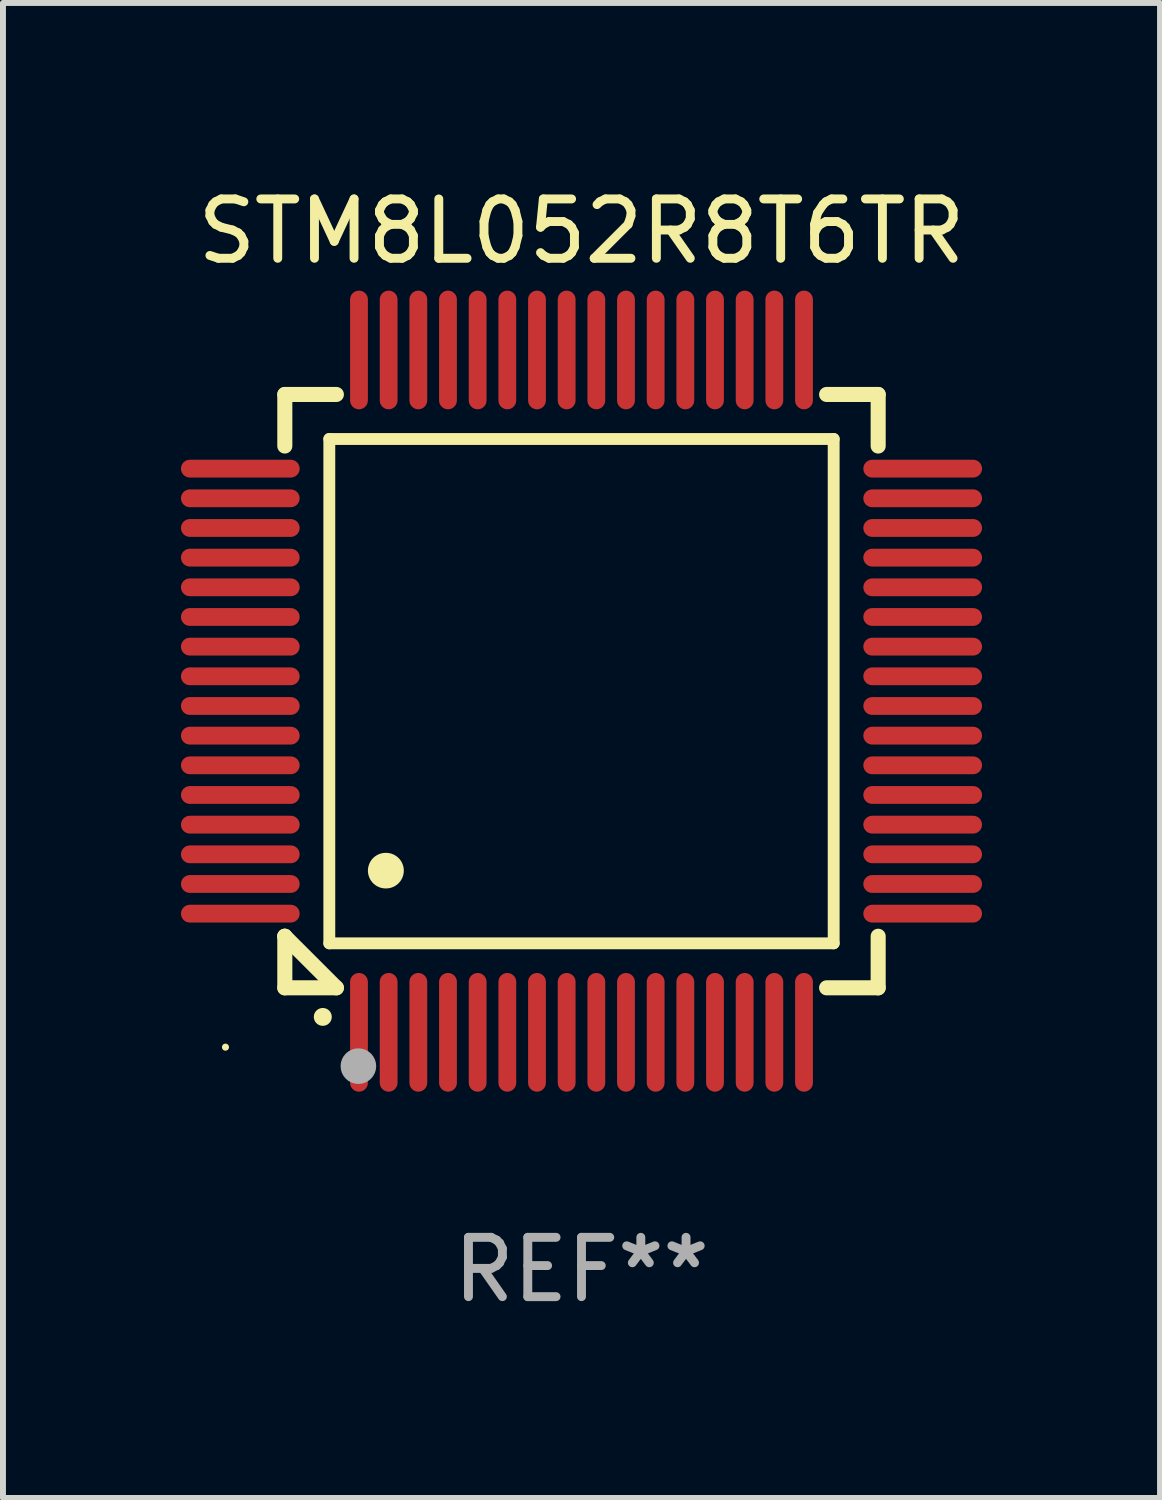
<source format=kicad_pcb>
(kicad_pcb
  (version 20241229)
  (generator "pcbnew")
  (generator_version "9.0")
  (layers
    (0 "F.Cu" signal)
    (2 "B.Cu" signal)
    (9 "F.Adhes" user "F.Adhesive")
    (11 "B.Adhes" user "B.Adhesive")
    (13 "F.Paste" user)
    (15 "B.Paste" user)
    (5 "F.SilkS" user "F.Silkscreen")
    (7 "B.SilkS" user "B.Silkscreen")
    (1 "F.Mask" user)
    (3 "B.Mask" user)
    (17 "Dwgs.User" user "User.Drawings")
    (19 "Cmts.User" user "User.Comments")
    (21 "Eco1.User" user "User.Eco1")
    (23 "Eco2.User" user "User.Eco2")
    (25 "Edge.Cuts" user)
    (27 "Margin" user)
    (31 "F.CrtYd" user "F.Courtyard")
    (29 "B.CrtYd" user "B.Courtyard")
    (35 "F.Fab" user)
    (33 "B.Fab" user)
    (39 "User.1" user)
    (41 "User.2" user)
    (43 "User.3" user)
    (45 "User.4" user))
  (footprint "STM8L052R8T6TR"
    (layer "F.Cu")
    (at 6.75 8.598)
    (property "Reference" "STM8L052R8T6TR" (at 0 -7.75 0) (layer "F.SilkS") (effects (font (size 1 1) (thickness 0.15))))
    (attr through_hole)
    (fp_line (start -5 -5) (end -4.131 -5) (stroke (width 0.254) (type solid)) (layer "F.SilkS"))
    (fp_line (start -5 -4.131) (end -5 -5) (stroke (width 0.254) (type solid)) (layer "F.SilkS"))
    (fp_line (start -5 4.131) (end -5 4.131) (stroke (width 0.254) (type solid)) (layer "F.SilkS"))
    (fp_line (start -5 5) (end -5 4.131) (stroke (width 0.254) (type solid)) (layer "F.SilkS"))
    (fp_line (start -5 4.131) (end -4.131 5) (stroke (width 0.254) (type solid)) (layer "F.SilkS"))
    (fp_line (start -4.25 -4.25) (end -4.25 4.25) (stroke (width 0.2) (type solid)) (layer "F.SilkS"))
    (fp_line (start -4.25 4.25) (end 4.25 4.25) (stroke (width 0.2) (type solid)) (layer "F.SilkS"))
    (fp_line (start -4.131 5) (end -5 5) (stroke (width 0.254) (type solid)) (layer "F.SilkS"))
    (fp_line (start 4.25 -4.25) (end -4.25 -4.25) (stroke (width 0.2) (type solid)) (layer "F.SilkS"))
    (fp_line (start 4.25 4.25) (end 4.25 -4.25) (stroke (width 0.2) (type solid)) (layer "F.SilkS"))
    (fp_line (start 5 -5) (end 4.131 -5) (stroke (width 0.254) (type solid)) (layer "F.SilkS"))
    (fp_line (start 5 -5) (end 5 -4.131) (stroke (width 0.254) (type solid)) (layer "F.SilkS"))
    (fp_line (start 5 4.131) (end 5 5) (stroke (width 0.254) (type solid)) (layer "F.SilkS"))
    (fp_line (start 5 5) (end 4.131 5) (stroke (width 0.254) (type solid)) (layer "F.SilkS"))
    (fp_arc (start -4.361265 5.489992) (mid -4.359995 5.489987) (end -4.358725 5.489992) (stroke (width 0.3) (type solid)) (layer "F.SilkS"))
    (fp_arc (start -3.299467 3.025146) (mid -3.296927 3.025135) (end -3.294387 3.025146) (stroke (width 0.6) (type solid)) (layer "F.SilkS"))
    (fp_circle (center -6 6) (end -5.97 6) (stroke (width 0.06) (type solid)) (fill no) (layer "F.SilkS"))
    (fp_circle (center -3.76 6.32) (end -3.61 6.32) (stroke (width 0.3) (type solid)) (fill no) (layer "F.Fab"))
    (fp_text user "REF**" (at 0 9.75 0) (layer "F.Fab") (effects (font (size 1 1) (thickness 0.15))))
    (pad "1" smd oval (at -3.75 5.75) (size 0.3 2) (layers "F.Cu" "F.Mask" "F.Paste"))
    (pad "2" smd oval (at -3.25 5.75) (size 0.3 2) (layers "F.Cu" "F.Mask" "F.Paste"))
    (pad "3" smd oval (at -2.75 5.75) (size 0.3 2) (layers "F.Cu" "F.Mask" "F.Paste"))
    (pad "4" smd oval (at -2.25 5.75) (size 0.3 2) (layers "F.Cu" "F.Mask" "F.Paste"))
    (pad "5" smd oval (at -1.75 5.75) (size 0.3 2) (layers "F.Cu" "F.Mask" "F.Paste"))
    (pad "6" smd oval (at -1.25 5.75) (size 0.3 2) (layers "F.Cu" "F.Mask" "F.Paste"))
    (pad "7" smd oval (at -0.75 5.75) (size 0.3 2) (layers "F.Cu" "F.Mask" "F.Paste"))
    (pad "8" smd oval (at -0.25 5.75) (size 0.3 2) (layers "F.Cu" "F.Mask" "F.Paste"))
    (pad "9" smd oval (at 0.25 5.75) (size 0.3 2) (layers "F.Cu" "F.Mask" "F.Paste"))
    (pad "10" smd oval (at 0.75 5.75) (size 0.3 2) (layers "F.Cu" "F.Mask" "F.Paste"))
    (pad "11" smd oval (at 1.25 5.75) (size 0.3 2) (layers "F.Cu" "F.Mask" "F.Paste"))
    (pad "12" smd oval (at 1.75 5.75) (size 0.3 2) (layers "F.Cu" "F.Mask" "F.Paste"))
    (pad "13" smd oval (at 2.25 5.75) (size 0.3 2) (layers "F.Cu" "F.Mask" "F.Paste"))
    (pad "14" smd oval (at 2.75 5.75) (size 0.3 2) (layers "F.Cu" "F.Mask" "F.Paste"))
    (pad "15" smd oval (at 3.25 5.75) (size 0.3 2) (layers "F.Cu" "F.Mask" "F.Paste"))
    (pad "16" smd oval (at 3.75 5.75) (size 0.3 2) (layers "F.Cu" "F.Mask" "F.Paste"))
    (pad "17" smd oval (at 5.75 3.75) (size 2 0.3) (layers "F.Cu" "F.Mask" "F.Paste"))
    (pad "18" smd oval (at 5.75 3.25) (size 2 0.3) (layers "F.Cu" "F.Mask" "F.Paste"))
    (pad "19" smd oval (at 5.75 2.75) (size 2 0.3) (layers "F.Cu" "F.Mask" "F.Paste"))
    (pad "20" smd oval (at 5.75 2.25) (size 2 0.3) (layers "F.Cu" "F.Mask" "F.Paste"))
    (pad "21" smd oval (at 5.75 1.75) (size 2 0.3) (layers "F.Cu" "F.Mask" "F.Paste"))
    (pad "22" smd oval (at 5.75 1.25) (size 2 0.3) (layers "F.Cu" "F.Mask" "F.Paste"))
    (pad "23" smd oval (at 5.75 0.75) (size 2 0.3) (layers "F.Cu" "F.Mask" "F.Paste"))
    (pad "24" smd oval (at 5.75 0.25) (size 2 0.3) (layers "F.Cu" "F.Mask" "F.Paste"))
    (pad "25" smd oval (at 5.75 -0.25) (size 2 0.3) (layers "F.Cu" "F.Mask" "F.Paste"))
    (pad "26" smd oval (at 5.75 -0.75) (size 2 0.3) (layers "F.Cu" "F.Mask" "F.Paste"))
    (pad "27" smd oval (at 5.75 -1.25) (size 2 0.3) (layers "F.Cu" "F.Mask" "F.Paste"))
    (pad "28" smd oval (at 5.75 -1.75) (size 2 0.3) (layers "F.Cu" "F.Mask" "F.Paste"))
    (pad "29" smd oval (at 5.75 -2.25) (size 2 0.3) (layers "F.Cu" "F.Mask" "F.Paste"))
    (pad "30" smd oval (at 5.75 -2.75) (size 2 0.3) (layers "F.Cu" "F.Mask" "F.Paste"))
    (pad "31" smd oval (at 5.75 -3.25) (size 2 0.3) (layers "F.Cu" "F.Mask" "F.Paste"))
    (pad "32" smd oval (at 5.75 -3.75) (size 2 0.3) (layers "F.Cu" "F.Mask" "F.Paste"))
    (pad "33" smd oval (at 3.75 -5.75) (size 0.3 2) (layers "F.Cu" "F.Mask" "F.Paste"))
    (pad "34" smd oval (at 3.25 -5.75) (size 0.3 2) (layers "F.Cu" "F.Mask" "F.Paste"))
    (pad "35" smd oval (at 2.75 -5.75) (size 0.3 2) (layers "F.Cu" "F.Mask" "F.Paste"))
    (pad "36" smd oval (at 2.25 -5.75) (size 0.3 2) (layers "F.Cu" "F.Mask" "F.Paste"))
    (pad "37" smd oval (at 1.75 -5.75) (size 0.3 2) (layers "F.Cu" "F.Mask" "F.Paste"))
    (pad "38" smd oval (at 1.25 -5.75) (size 0.3 2) (layers "F.Cu" "F.Mask" "F.Paste"))
    (pad "39" smd oval (at 0.75 -5.75) (size 0.3 2) (layers "F.Cu" "F.Mask" "F.Paste"))
    (pad "40" smd oval (at 0.25 -5.75) (size 0.3 2) (layers "F.Cu" "F.Mask" "F.Paste"))
    (pad "41" smd oval (at -0.25 -5.75) (size 0.3 2) (layers "F.Cu" "F.Mask" "F.Paste"))
    (pad "42" smd oval (at -0.75 -5.75) (size 0.3 2) (layers "F.Cu" "F.Mask" "F.Paste"))
    (pad "43" smd oval (at -1.25 -5.75) (size 0.3 2) (layers "F.Cu" "F.Mask" "F.Paste"))
    (pad "44" smd oval (at -1.75 -5.75) (size 0.3 2) (layers "F.Cu" "F.Mask" "F.Paste"))
    (pad "45" smd oval (at -2.25 -5.75) (size 0.3 2) (layers "F.Cu" "F.Mask" "F.Paste"))
    (pad "46" smd oval (at -2.75 -5.75) (size 0.3 2) (layers "F.Cu" "F.Mask" "F.Paste"))
    (pad "47" smd oval (at -3.25 -5.75) (size 0.3 2) (layers "F.Cu" "F.Mask" "F.Paste"))
    (pad "48" smd oval (at -3.75 -5.75) (size 0.3 2) (layers "F.Cu" "F.Mask" "F.Paste"))
    (pad "49" smd oval (at -5.75 -3.75) (size 2 0.3) (layers "F.Cu" "F.Mask" "F.Paste"))
    (pad "50" smd oval (at -5.75 -3.25) (size 2 0.3) (layers "F.Cu" "F.Mask" "F.Paste"))
    (pad "51" smd oval (at -5.75 -2.75) (size 2 0.3) (layers "F.Cu" "F.Mask" "F.Paste"))
    (pad "52" smd oval (at -5.75 -2.25) (size 2 0.3) (layers "F.Cu" "F.Mask" "F.Paste"))
    (pad "53" smd oval (at -5.75 -1.75) (size 2 0.3) (layers "F.Cu" "F.Mask" "F.Paste"))
    (pad "54" smd oval (at -5.75 -1.25) (size 2 0.3) (layers "F.Cu" "F.Mask" "F.Paste"))
    (pad "55" smd oval (at -5.75 -0.75) (size 2 0.3) (layers "F.Cu" "F.Mask" "F.Paste"))
    (pad "56" smd oval (at -5.75 -0.25) (size 2 0.3) (layers "F.Cu" "F.Mask" "F.Paste"))
    (pad "57" smd oval (at -5.75 0.25) (size 2 0.3) (layers "F.Cu" "F.Mask" "F.Paste"))
    (pad "58" smd oval (at -5.75 0.75) (size 2 0.3) (layers "F.Cu" "F.Mask" "F.Paste"))
    (pad "59" smd oval (at -5.75 1.25) (size 2 0.3) (layers "F.Cu" "F.Mask" "F.Paste"))
    (pad "60" smd oval (at -5.75 1.75) (size 2 0.3) (layers "F.Cu" "F.Mask" "F.Paste"))
    (pad "61" smd oval (at -5.75 2.25) (size 2 0.3) (layers "F.Cu" "F.Mask" "F.Paste"))
    (pad "62" smd oval (at -5.75 2.75) (size 2 0.3) (layers "F.Cu" "F.Mask" "F.Paste"))
    (pad "63" smd oval (at -5.75 3.25) (size 2 0.3) (layers "F.Cu" "F.Mask" "F.Paste"))
    (pad "64" smd oval (at -5.75 3.75) (size 2 0.3) (layers "F.Cu" "F.Mask" "F.Paste")))
  (gr_rect
    (start -3 -3)
    (end 16.5 22.196)
    (stroke (width 0.1) (type default))
    (fill no)
    (layer "Edge.Cuts")))
</source>
